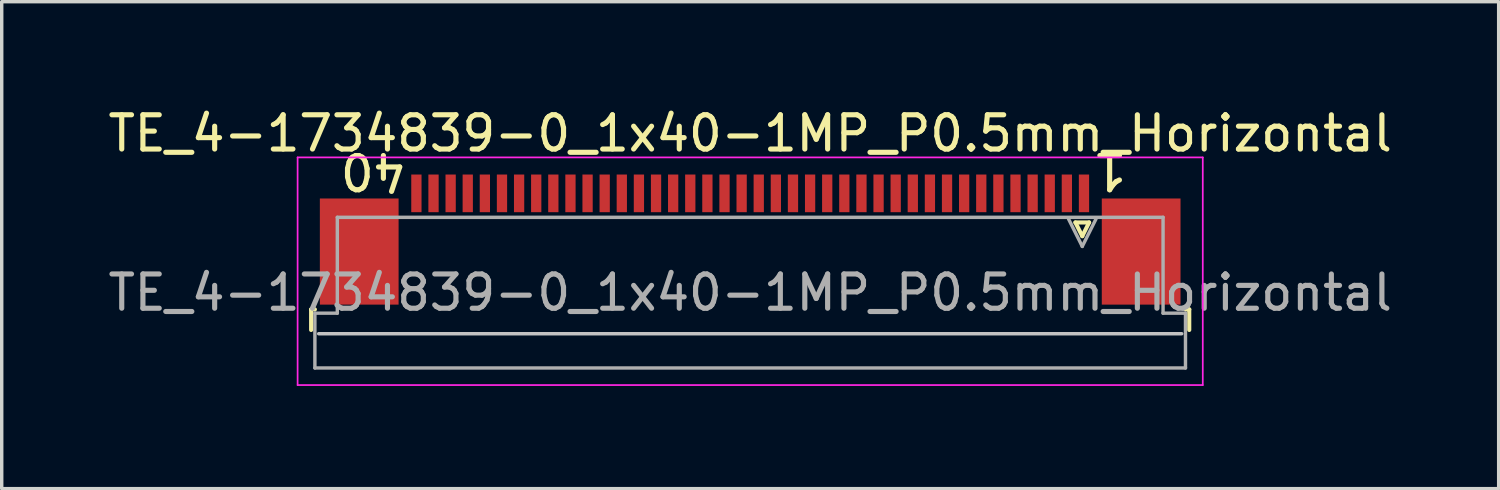
<source format=kicad_pcb>
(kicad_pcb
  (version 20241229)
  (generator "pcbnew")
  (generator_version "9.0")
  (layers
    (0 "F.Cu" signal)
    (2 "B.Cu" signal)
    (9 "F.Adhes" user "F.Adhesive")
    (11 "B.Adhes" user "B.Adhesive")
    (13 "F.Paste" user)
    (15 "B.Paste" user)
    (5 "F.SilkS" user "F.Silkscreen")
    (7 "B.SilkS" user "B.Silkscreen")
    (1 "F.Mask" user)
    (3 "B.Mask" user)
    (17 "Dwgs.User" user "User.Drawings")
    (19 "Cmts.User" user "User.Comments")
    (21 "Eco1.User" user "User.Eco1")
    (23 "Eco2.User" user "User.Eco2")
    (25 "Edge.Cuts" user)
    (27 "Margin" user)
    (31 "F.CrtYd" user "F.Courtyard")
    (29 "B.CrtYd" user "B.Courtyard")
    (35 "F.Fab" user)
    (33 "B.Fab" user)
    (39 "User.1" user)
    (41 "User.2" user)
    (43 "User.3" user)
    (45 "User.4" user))
  (footprint "TE_4-1734839-0_1x40-1MP_P0.5mm_Horizontal"
    (layer "F.Cu")
    (at 18.863 3.948)
    (property "Reference" "TE_4-1734839-0_1x40-1MP_P0.5mm_Horizontal" (at 0 -3.1 180) (layer "F.SilkS") (effects (font (size 1 1) (thickness 0.15))))
    (attr smd)
    (fp_line (start -12.825 2.04) (end -12.825 2.64) (stroke (width 0.12) (type solid)) (layer "F.SilkS"))
    (fp_line (start -12.715 2.04) (end -12.825 2.04) (stroke (width 0.12) (type solid)) (layer "F.SilkS"))
    (fp_line (start 9.5 -0.5) (end 9.7 -0.1) (stroke (width 0.12) (type solid)) (layer "F.SilkS"))
    (fp_line (start 9.7 -0.1) (end 9.9 -0.5) (stroke (width 0.12) (type solid)) (layer "F.SilkS"))
    (fp_line (start 9.9 -0.5) (end 9.5 -0.5) (stroke (width 0.12) (type solid)) (layer "F.SilkS"))
    (fp_line (start 12.715 2.04) (end 12.825 2.04) (stroke (width 0.12) (type solid)) (layer "F.SilkS"))
    (fp_line (start 12.825 2.04) (end 12.825 2.64) (stroke (width 0.12) (type solid)) (layer "F.SilkS"))
    (fp_line (start 12.605 2.75) (end -12.605 2.75) (stroke (width 0.1) (type solid)) (layer "Dwgs.User"))
    (fp_line (start -13.22 -2.4) (end -13.22 4.25) (stroke (width 0.05) (type solid)) (layer "F.CrtYd"))
    (fp_line (start -13.22 4.25) (end 13.22 4.25) (stroke (width 0.05) (type solid)) (layer "F.CrtYd"))
    (fp_line (start 13.22 -2.4) (end -13.22 -2.4) (stroke (width 0.05) (type solid)) (layer "F.CrtYd"))
    (fp_line (start 13.22 4.25) (end 13.22 -2.4) (stroke (width 0.05) (type solid)) (layer "F.CrtYd"))
    (fp_line (start -12.715 2.15) (end -12.06 2.15) (stroke (width 0.1) (type solid)) (layer "F.Fab"))
    (fp_line (start -12.715 3.75) (end -12.715 2.15) (stroke (width 0.1) (type solid)) (layer "F.Fab"))
    (fp_line (start -12.06 -0.65) (end 12.06 -0.65) (stroke (width 0.1) (type solid)) (layer "F.Fab"))
    (fp_line (start -12.06 2.15) (end -12.06 -0.65) (stroke (width 0.1) (type solid)) (layer "F.Fab"))
    (fp_line (start 9.3 -0.6) (end 9.7 0.2) (stroke (width 0.1) (type solid)) (layer "F.Fab"))
    (fp_line (start 9.7 0.2) (end 10.1 -0.6) (stroke (width 0.1) (type solid)) (layer "F.Fab"))
    (fp_line (start 12.06 -0.65) (end 12.06 2.15) (stroke (width 0.1) (type solid)) (layer "F.Fab"))
    (fp_line (start 12.06 2.15) (end 12.715 2.15) (stroke (width 0.1) (type solid)) (layer "F.Fab"))
    (fp_line (start 12.715 2.15) (end 12.715 3.75) (stroke (width 0.1) (type solid)) (layer "F.Fab"))
    (fp_line (start 12.715 3.75) (end -12.715 3.75) (stroke (width 0.1) (type solid)) (layer "F.Fab"))
    (fp_text user "40" (at -11 -2 180) (unlocked yes) (layer "F.SilkS") (effects (font (size 1 1) (thickness 0.15))))
    (fp_text user "1" (at 10.5 -2 180) (unlocked yes) (layer "F.SilkS") (effects (font (size 1 1) (thickness 0.15))))
    (fp_text user "${REFERENCE}" (at 0 1.55 180) (layer "F.Fab") (effects (font (size 1 1) (thickness 0.15))))
    (pad "1" smd rect (at 9.75 -1.35) (size 0.3 1.1) (layers "F.Cu" "F.Mask" "F.Paste"))
    (pad "2" smd rect (at 9.25 -1.35) (size 0.3 1.1) (layers "F.Cu" "F.Mask" "F.Paste"))
    (pad "3" smd rect (at 8.75 -1.35) (size 0.3 1.1) (layers "F.Cu" "F.Mask" "F.Paste"))
    (pad "4" smd rect (at 8.25 -1.35) (size 0.3 1.1) (layers "F.Cu" "F.Mask" "F.Paste"))
    (pad "5" smd rect (at 7.75 -1.35) (size 0.3 1.1) (layers "F.Cu" "F.Mask" "F.Paste"))
    (pad "6" smd rect (at 7.25 -1.35) (size 0.3 1.1) (layers "F.Cu" "F.Mask" "F.Paste"))
    (pad "7" smd rect (at 6.75 -1.35) (size 0.3 1.1) (layers "F.Cu" "F.Mask" "F.Paste"))
    (pad "8" smd rect (at 6.25 -1.35) (size 0.3 1.1) (layers "F.Cu" "F.Mask" "F.Paste"))
    (pad "9" smd rect (at 5.75 -1.35) (size 0.3 1.1) (layers "F.Cu" "F.Mask" "F.Paste"))
    (pad "10" smd rect (at 5.25 -1.35) (size 0.3 1.1) (layers "F.Cu" "F.Mask" "F.Paste"))
    (pad "11" smd rect (at 4.75 -1.35) (size 0.3 1.1) (layers "F.Cu" "F.Mask" "F.Paste"))
    (pad "12" smd rect (at 4.25 -1.35) (size 0.3 1.1) (layers "F.Cu" "F.Mask" "F.Paste"))
    (pad "13" smd rect (at 3.75 -1.35) (size 0.3 1.1) (layers "F.Cu" "F.Mask" "F.Paste"))
    (pad "14" smd rect (at 3.25 -1.35) (size 0.3 1.1) (layers "F.Cu" "F.Mask" "F.Paste"))
    (pad "15" smd rect (at 2.75 -1.35) (size 0.3 1.1) (layers "F.Cu" "F.Mask" "F.Paste"))
    (pad "16" smd rect (at 2.25 -1.35) (size 0.3 1.1) (layers "F.Cu" "F.Mask" "F.Paste"))
    (pad "17" smd rect (at 1.75 -1.35) (size 0.3 1.1) (layers "F.Cu" "F.Mask" "F.Paste"))
    (pad "18" smd rect (at 1.25 -1.35) (size 0.3 1.1) (layers "F.Cu" "F.Mask" "F.Paste"))
    (pad "19" smd rect (at 0.75 -1.35) (size 0.3 1.1) (layers "F.Cu" "F.Mask" "F.Paste"))
    (pad "20" smd rect (at 0.25 -1.35) (size 0.3 1.1) (layers "F.Cu" "F.Mask" "F.Paste"))
    (pad "21" smd rect (at -0.25 -1.35) (size 0.3 1.1) (layers "F.Cu" "F.Mask" "F.Paste"))
    (pad "22" smd rect (at -0.75 -1.35) (size 0.3 1.1) (layers "F.Cu" "F.Mask" "F.Paste"))
    (pad "23" smd rect (at -1.25 -1.35) (size 0.3 1.1) (layers "F.Cu" "F.Mask" "F.Paste"))
    (pad "24" smd rect (at -1.75 -1.35) (size 0.3 1.1) (layers "F.Cu" "F.Mask" "F.Paste"))
    (pad "25" smd rect (at -2.25 -1.35) (size 0.3 1.1) (layers "F.Cu" "F.Mask" "F.Paste"))
    (pad "26" smd rect (at -2.75 -1.35) (size 0.3 1.1) (layers "F.Cu" "F.Mask" "F.Paste"))
    (pad "27" smd rect (at -3.25 -1.35) (size 0.3 1.1) (layers "F.Cu" "F.Mask" "F.Paste"))
    (pad "28" smd rect (at -3.75 -1.35) (size 0.3 1.1) (layers "F.Cu" "F.Mask" "F.Paste"))
    (pad "29" smd rect (at -4.25 -1.35) (size 0.3 1.1) (layers "F.Cu" "F.Mask" "F.Paste"))
    (pad "30" smd rect (at -4.75 -1.35) (size 0.3 1.1) (layers "F.Cu" "F.Mask" "F.Paste"))
    (pad "31" smd rect (at -5.25 -1.35) (size 0.3 1.1) (layers "F.Cu" "F.Mask" "F.Paste"))
    (pad "32" smd rect (at -5.75 -1.35) (size 0.3 1.1) (layers "F.Cu" "F.Mask" "F.Paste"))
    (pad "33" smd rect (at -6.25 -1.35) (size 0.3 1.1) (layers "F.Cu" "F.Mask" "F.Paste"))
    (pad "34" smd rect (at -6.75 -1.35) (size 0.3 1.1) (layers "F.Cu" "F.Mask" "F.Paste"))
    (pad "35" smd rect (at -7.25 -1.35) (size 0.3 1.1) (layers "F.Cu" "F.Mask" "F.Paste"))
    (pad "36" smd rect (at -7.75 -1.35) (size 0.3 1.1) (layers "F.Cu" "F.Mask" "F.Paste"))
    (pad "37" smd rect (at -8.25 -1.35) (size 0.3 1.1) (layers "F.Cu" "F.Mask" "F.Paste"))
    (pad "38" smd rect (at -8.75 -1.35) (size 0.3 1.1) (layers "F.Cu" "F.Mask" "F.Paste"))
    (pad "39" smd rect (at -9.25 -1.35) (size 0.3 1.1) (layers "F.Cu" "F.Mask" "F.Paste"))
    (pad "40" smd rect (at -9.75 -1.35) (size 0.3 1.1) (layers "F.Cu" "F.Mask" "F.Paste"))
    (pad "MP" smd rect (at -11.42 0.35) (size 2.3 3.1) (layers "F.Cu" "F.Mask" "F.Paste"))
    (pad "MP" smd rect (at 11.42 0.35) (size 2.3 3.1) (layers "F.Cu" "F.Mask" "F.Paste")))
  (gr_rect
    (start -3 -3)
    (end 40.726 11.223)
    (stroke (width 0.1) (type default))
    (fill no)
    (layer "Edge.Cuts")))
</source>
